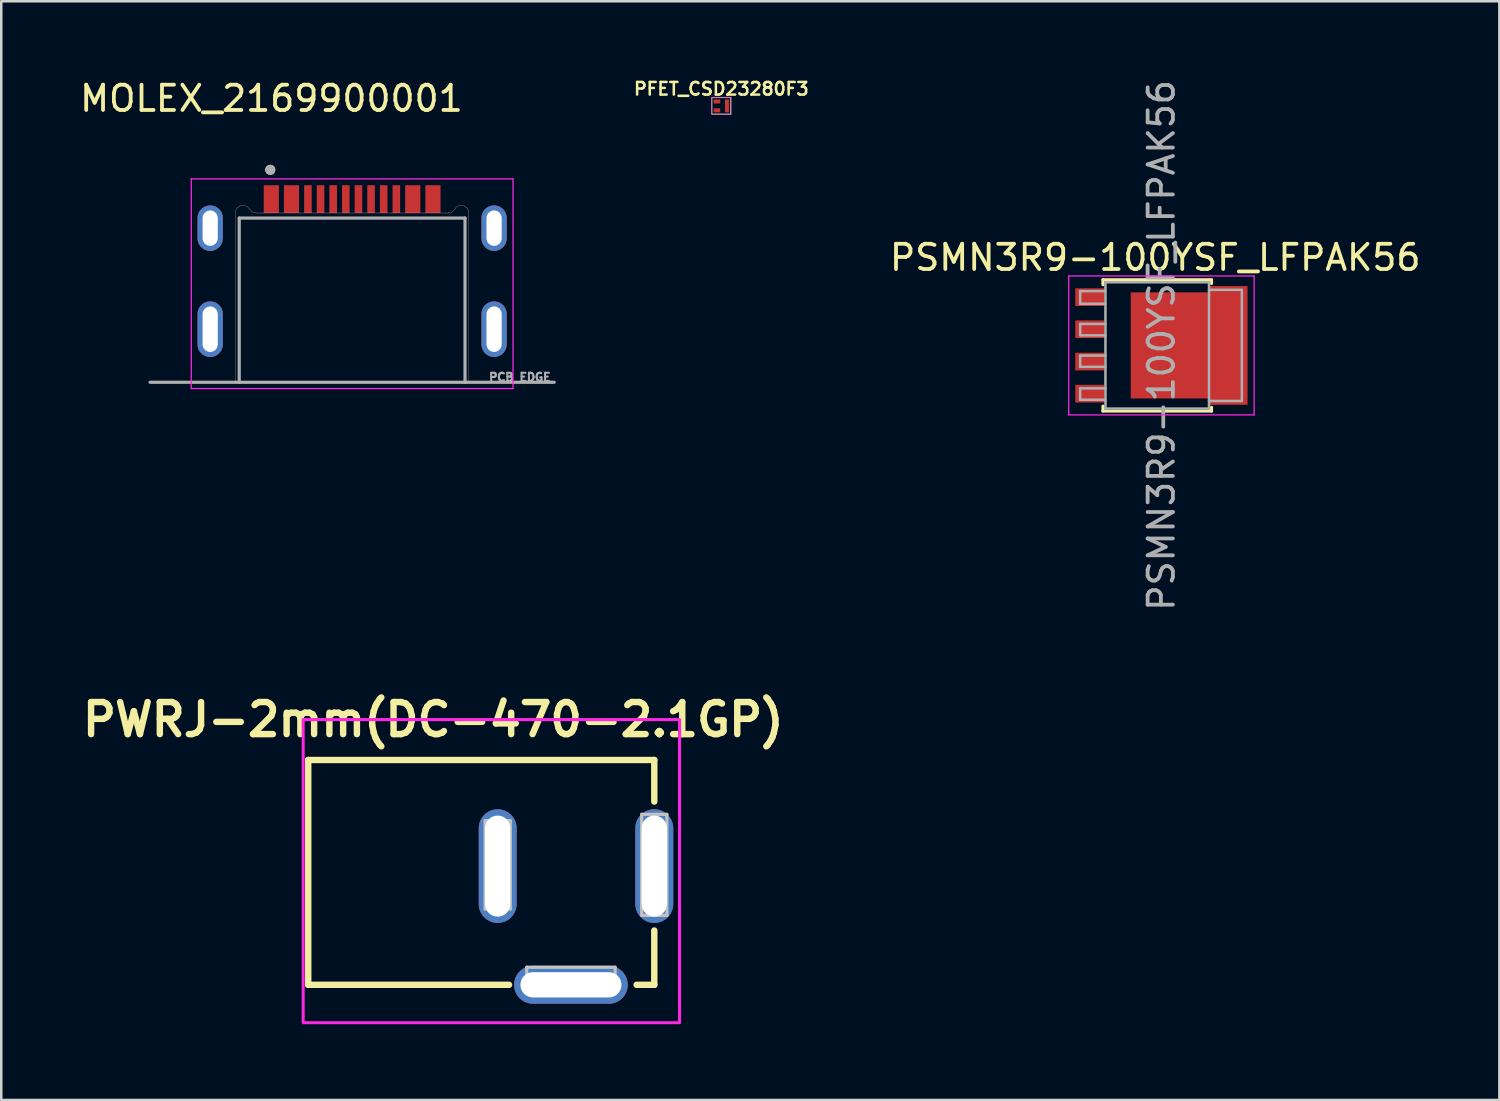
<source format=kicad_pcb>
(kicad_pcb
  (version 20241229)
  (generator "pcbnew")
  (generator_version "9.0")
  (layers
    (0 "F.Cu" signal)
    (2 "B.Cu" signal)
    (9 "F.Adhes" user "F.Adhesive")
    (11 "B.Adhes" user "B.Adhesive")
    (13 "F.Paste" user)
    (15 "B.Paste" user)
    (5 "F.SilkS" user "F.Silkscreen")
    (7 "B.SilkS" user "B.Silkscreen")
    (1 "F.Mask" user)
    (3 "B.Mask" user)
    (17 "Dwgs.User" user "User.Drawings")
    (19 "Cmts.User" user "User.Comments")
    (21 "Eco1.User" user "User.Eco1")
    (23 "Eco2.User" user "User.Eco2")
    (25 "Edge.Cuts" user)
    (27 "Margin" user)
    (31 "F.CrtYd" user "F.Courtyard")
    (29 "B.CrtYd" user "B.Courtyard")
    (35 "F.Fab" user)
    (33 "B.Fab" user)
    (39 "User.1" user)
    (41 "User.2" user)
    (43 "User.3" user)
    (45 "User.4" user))
  (footprint "PWRJ-2mm(DC-470-2.1GP)"
    (layer "F.Cu")
    (at 22.853 35.939)
    (property "Reference" "PWRJ-2mm(DC-470-2.1GP)" (at -8.75 -10.5 0) (layer "F.SilkS") (effects (font (size 1.27 1.27) (thickness 0.254))))
    (attr smd)
    (fp_line (start -13.7 -8.9) (end -13.7 0) (stroke (width 0.254) (type solid)) (layer "F.SilkS"))
    (fp_line (start -13.7 0) (end -5.75 0) (stroke (width 0.254) (type solid)) (layer "F.SilkS"))
    (fp_line (start 0 -8.9) (end -13.7 -8.9) (stroke (width 0.254) (type solid)) (layer "F.SilkS"))
    (fp_line (start 0 -8.9) (end 0 -7.254) (stroke (width 0.254) (type solid)) (layer "F.SilkS"))
    (fp_line (start 0 0) (end -0.7 0) (stroke (width 0.254) (type solid)) (layer "F.SilkS"))
    (fp_line (start 0 0) (end 0 -2.15) (stroke (width 0.254) (type solid)) (layer "F.SilkS"))
    (fp_line (start -6.698 -6.5) (end -6.698 -3) (stroke (width 0.127) (type solid)) (layer "Dwgs.User"))
    (fp_line (start -6.698 -3) (end -5.7 -3) (stroke (width 0.127) (type solid)) (layer "Dwgs.User"))
    (fp_line (start -5.7 -6.5) (end -6.698 -6.5) (stroke (width 0.127) (type solid)) (layer "Dwgs.User"))
    (fp_line (start -5.7 -3) (end -5.7 -6.5) (stroke (width 0.127) (type solid)) (layer "Dwgs.User"))
    (fp_line (start -5.05 -0.696) (end -5.05 0.3) (stroke (width 0.127) (type solid)) (layer "Dwgs.User"))
    (fp_line (start -5.05 0.3) (end -1.55 0.3) (stroke (width 0.127) (type solid)) (layer "Dwgs.User"))
    (fp_line (start -1.55 -0.696) (end -5.05 -0.696) (stroke (width 0.127) (type solid)) (layer "Dwgs.User"))
    (fp_line (start -1.55 0.3) (end -1.55 -0.696) (stroke (width 0.127) (type solid)) (layer "Dwgs.User"))
    (fp_line (start -0.498 -6.749) (end -0.498 -2.748) (stroke (width 0.127) (type solid)) (layer "Dwgs.User"))
    (fp_line (start -0.498 -2.748) (end 0.498 -2.748) (stroke (width 0.127) (type solid)) (layer "Dwgs.User"))
    (fp_line (start 0.498 -6.749) (end -0.498 -6.749) (stroke (width 0.127) (type solid)) (layer "Dwgs.User"))
    (fp_line (start 0.498 -2.748) (end 0.498 -6.749) (stroke (width 0.127) (type solid)) (layer "Dwgs.User"))
    (fp_rect (start 1 1.5) (end -13.9 -10.5) (stroke (width 0.12) (type solid)) (fill no) (layer "F.CrtYd"))
    (pad "1" thru_hole oval (at 0 -4.7) (size 1.5 4.5) (drill oval 1 4) (layers "*.Cu" "*.Mask"))
    (pad "2" thru_hole oval (at -6.2 -4.7) (size 1.5 4.5) (drill oval 1 4) (layers "*.Cu" "*.Mask"))
    (pad "3" thru_hole oval (at -3.3 0 180) (size 4.5 1.5) (drill oval 4 1) (layers "*.Cu" "*.Mask")))
  (footprint "MOLEX_2169900001"
    (layer "F.Cu")
    (at 10.891 9.983)
    (property "Reference" "MOLEX_2169900001" (at -3.195 -9.135 0) (layer "F.SilkS") (effects (font (size 1 1) (thickness 0.15))))
    (attr smd)
    (fp_circle (center -3.24 -6.31) (end -3.14 -6.31) (stroke (width 0.2) (type solid)) (fill no) (layer "F.SilkS"))
    (fp_line (start -4.62 2.1) (end -4.62 -4.6) (stroke (width 0.01) (type solid)) (layer "Edge.Cuts"))
    (fp_line (start -4.62 2.1) (end 4.62 2.1) (stroke (width 0.01) (type solid)) (layer "Edge.Cuts"))
    (fp_line (start -3.8 -4.6) (end 3.8 -4.6) (stroke (width 0.01) (type solid)) (layer "Edge.Cuts"))
    (fp_line (start 4.62 2.1) (end 4.62 -4.6) (stroke (width 0.01) (type solid)) (layer "Edge.Cuts"))
    (fp_arc (start -4.62 -4.6) (mid -4.397645 -4.889779) (end -4.060191 -4.750001) (stroke (width 0.01) (type solid)) (layer "Edge.Cuts"))
    (fp_arc (start -3.80038 -4.6) (mid -3.950382 -4.640191) (end -4.060191 -4.75) (stroke (width 0.01) (type solid)) (layer "Edge.Cuts"))
    (fp_arc (start 4.06019 -4.75) (mid 3.950381 -4.640192) (end 3.80038 -4.6) (stroke (width 0.01) (type solid)) (layer "Edge.Cuts"))
    (fp_arc (start 4.06019 -4.75) (mid 4.397644 -4.889779) (end 4.62 -4.600001) (stroke (width 0.01) (type solid)) (layer "Edge.Cuts"))
    (fp_line (start -6.37 -5.95) (end -6.37 2.35) (stroke (width 0.05) (type solid)) (layer "F.CrtYd"))
    (fp_line (start -6.37 2.35) (end 6.37 2.35) (stroke (width 0.05) (type solid)) (layer "F.CrtYd"))
    (fp_line (start 6.37 -5.95) (end -6.37 -5.95) (stroke (width 0.05) (type solid)) (layer "F.CrtYd"))
    (fp_line (start 6.37 2.35) (end 6.37 -5.95) (stroke (width 0.05) (type solid)) (layer "F.CrtYd"))
    (fp_line (start -4.47 -4.4) (end 4.47 -4.4) (stroke (width 0.127) (type solid)) (layer "F.Fab"))
    (fp_line (start -4.47 2.1) (end -8 2.1) (stroke (width 0.127) (type solid)) (layer "F.Fab"))
    (fp_line (start -4.47 2.1) (end -4.47 -4.4) (stroke (width 0.127) (type solid)) (layer "F.Fab"))
    (fp_line (start -4.47 2.1) (end 4.47 2.1) (stroke (width 0.127) (type solid)) (layer "F.Fab"))
    (fp_line (start 4.47 -4.4) (end 4.47 2.1) (stroke (width 0.127) (type solid)) (layer "F.Fab"))
    (fp_line (start 4.47 2.1) (end 8 2.1) (stroke (width 0.127) (type solid)) (layer "F.Fab"))
    (fp_circle (center -3.24 -6.31) (end -3.14 -6.31) (stroke (width 0.2) (type solid)) (fill no) (layer "F.Fab"))
    (fp_text user "PCB EDGE" (at 6.64 1.9 0) (layer "F.Fab") (effects (font (size 0.32 0.32) (thickness 0.15))))
    (pad "A1_B12" smd rect (at -3.2 -5.15) (size 0.6 1.1) (layers "F.Cu" "F.Mask" "F.Paste"))
    (pad "A4_B9" smd rect (at -2.4 -5.15) (size 0.6 1.1) (layers "F.Cu" "F.Mask" "F.Paste"))
    (pad "A5" smd rect (at -1.25 -5.15) (size 0.3 1.1) (layers "F.Cu" "F.Mask" "F.Paste"))
    (pad "A6" smd rect (at -0.25 -5.15) (size 0.3 1.1) (layers "F.Cu" "F.Mask" "F.Paste"))
    (pad "A7" smd rect (at 0.25 -5.15) (size 0.3 1.1) (layers "F.Cu" "F.Mask" "F.Paste"))
    (pad "A8" smd rect (at 1.25 -5.15) (size 0.3 1.1) (layers "F.Cu" "F.Mask" "F.Paste"))
    (pad "B1_A12" smd rect (at 3.2 -5.15) (size 0.6 1.1) (layers "F.Cu" "F.Mask" "F.Paste"))
    (pad "B4_A9" smd rect (at 2.4 -5.15) (size 0.6 1.1) (layers "F.Cu" "F.Mask" "F.Paste"))
    (pad "B5" smd rect (at 1.75 -5.15) (size 0.3 1.1) (layers "F.Cu" "F.Mask" "F.Paste"))
    (pad "B6" smd rect (at 0.75 -5.15) (size 0.3 1.1) (layers "F.Cu" "F.Mask" "F.Paste"))
    (pad "B7" smd rect (at -0.75 -5.15) (size 0.3 1.1) (layers "F.Cu" "F.Mask" "F.Paste"))
    (pad "B8" smd rect (at -1.75 -5.15) (size 0.3 1.1) (layers "F.Cu" "F.Mask" "F.Paste"))
    (pad "S1" thru_hole oval (at -5.62 0) (size 1 2.2) (drill oval 0.6 1.8) (layers "*.Cu" "*.Mask"))
    (pad "S2" thru_hole oval (at 5.62 0) (size 1 2.2) (drill oval 0.6 1.8) (layers "*.Cu" "*.Mask"))
    (pad "S3" thru_hole oval (at -5.62 -4) (size 1 1.8) (drill oval 0.6 1.4) (layers "*.Cu" "*.Mask"))
    (pad "S4" thru_hole oval (at 5.62 -4) (size 1 1.8) (drill oval 0.6 1.4) (layers "*.Cu" "*.Mask")))
  (footprint "PFET_CSD23280F3"
    (layer "F.Cu")
    (at 25.507 1.143)
    (property "Reference" "PFET_CSD23280F3" (at 0 -0.675 0) (unlocked yes) (layer "F.SilkS") (effects (font (size 0.5 0.5) (thickness 0.1))))
    (attr smd)
    (fp_rect (start -0.375 -0.325) (end 0.375 0.325) (stroke (width 0.03) (type solid)) (fill no) (layer "F.SilkS"))
    (fp_rect (start -0.4 -0.35) (end 0.4 0.35) (stroke (width 0.015) (type solid)) (fill no) (layer "F.CrtYd"))
    (fp_rect (start -0.375 -0.325) (end 0.375 0.325) (stroke (width 0.025) (type solid)) (fill no) (layer "F.Fab"))
    (pad "1" smd rect (at -0.175 0.175) (size 0.26 0.16) (layers "F.Cu" "F.Mask" "F.Paste"))
    (pad "2" smd rect (at -0.175 -0.175) (size 0.26 0.16) (layers "F.Cu" "F.Mask" "F.Paste"))
    (pad "3" smd rect (at 0.225 0) (size 0.16 0.51) (layers "F.Cu" "F.Mask" "F.Paste")))
  (footprint "PSMN3R9-100YSF_LFPAK56"
    (layer "F.Cu")
    (at 42.93 10.625)
    (property "Reference" "PSMN3R9-100YSF_LFPAK56" (at -0.245 -3.48 0) (layer "F.SilkS") (effects (font (size 1 1) (thickness 0.15))))
    (attr smd)
    (fp_line (start -2.315 -2.6) (end -2.315 -2.4) (stroke (width 0.12) (type solid)) (layer "F.SilkS"))
    (fp_line (start -2.315 2.4) (end -2.315 2.6) (stroke (width 0.12) (type solid)) (layer "F.SilkS"))
    (fp_line (start -2.315 2.6) (end 1.985 2.6) (stroke (width 0.12) (type solid)) (layer "F.SilkS"))
    (fp_line (start 1.985 -2.6) (end -2.315 -2.6) (stroke (width 0.12) (type solid)) (layer "F.SilkS"))
    (fp_line (start 1.985 -2.45) (end 1.985 -2.6) (stroke (width 0.12) (type solid)) (layer "F.SilkS"))
    (fp_line (start 1.985 2.6) (end 1.985 2.45) (stroke (width 0.12) (type solid)) (layer "F.SilkS"))
    (fp_line (start -3.67 2.75) (end -3.67 -2.75) (stroke (width 0.05) (type solid)) (layer "F.CrtYd"))
    (fp_line (start -3.67 2.75) (end 3.67 2.75) (stroke (width 0.05) (type solid)) (layer "F.CrtYd"))
    (fp_line (start 3.67 -2.75) (end -3.67 -2.75) (stroke (width 0.05) (type solid)) (layer "F.CrtYd"))
    (fp_line (start 3.67 -2.75) (end 3.67 2.75) (stroke (width 0.05) (type solid)) (layer "F.CrtYd"))
    (fp_line (start -3.215 -2.15) (end -3.215 -1.65) (stroke (width 0.1) (type solid)) (layer "F.Fab"))
    (fp_line (start -3.215 -2.15) (end -2.215 -2.15) (stroke (width 0.1) (type solid)) (layer "F.Fab"))
    (fp_line (start -3.215 -1.65) (end -2.215 -1.65) (stroke (width 0.1) (type solid)) (layer "F.Fab"))
    (fp_line (start -3.215 -0.85) (end -3.215 -0.4) (stroke (width 0.1) (type solid)) (layer "F.Fab"))
    (fp_line (start -3.215 -0.4) (end -2.215 -0.4) (stroke (width 0.1) (type solid)) (layer "F.Fab"))
    (fp_line (start -3.215 0.4) (end -3.215 0.85) (stroke (width 0.1) (type solid)) (layer "F.Fab"))
    (fp_line (start -3.215 0.85) (end -2.215 0.85) (stroke (width 0.1) (type solid)) (layer "F.Fab"))
    (fp_line (start -3.215 1.7) (end -3.215 2.15) (stroke (width 0.1) (type solid)) (layer "F.Fab"))
    (fp_line (start -3.215 2.15) (end -2.215 2.15) (stroke (width 0.1) (type solid)) (layer "F.Fab"))
    (fp_line (start -2.215 -2.5) (end -2.215 2.5) (stroke (width 0.1) (type solid)) (layer "F.Fab"))
    (fp_line (start -2.215 -0.85) (end -3.215 -0.85) (stroke (width 0.1) (type solid)) (layer "F.Fab"))
    (fp_line (start -2.215 0.4) (end -3.215 0.4) (stroke (width 0.1) (type solid)) (layer "F.Fab"))
    (fp_line (start -2.215 1.7) (end -3.215 1.7) (stroke (width 0.1) (type solid)) (layer "F.Fab"))
    (fp_line (start -2.215 2.5) (end 1.885 2.5) (stroke (width 0.1) (type solid)) (layer "F.Fab"))
    (fp_line (start 1.885 -2.5) (end -2.215 -2.5) (stroke (width 0.1) (type solid)) (layer "F.Fab"))
    (fp_line (start 1.885 2.5) (end 1.885 -2.5) (stroke (width 0.1) (type solid)) (layer "F.Fab"))
    (fp_line (start 3.185 -2.2) (end 1.885 -2.2) (stroke (width 0.1) (type solid)) (layer "F.Fab"))
    (fp_line (start 3.185 -2.2) (end 3.185 2.2) (stroke (width 0.1) (type solid)) (layer "F.Fab"))
    (fp_line (start 3.185 2.2) (end 1.885 2.2) (stroke (width 0.1) (type solid)) (layer "F.Fab"))
    (fp_text user "${REFERENCE}" (at 0 0 90) (layer "F.Fab") (effects (font (size 1 1) (thickness 0.15))))
    (pad "" smd rect (at -0.665 -1.15) (size 0.6 0.9) (layers "F.Paste"))
    (pad "" smd rect (at -0.665 0) (size 0.6 0.9) (layers "F.Paste"))
    (pad "" smd rect (at -0.665 1.15) (size 0.6 0.9) (layers "F.Paste"))
    (pad "" smd rect (at 0.185 -1.15) (size 0.6 0.9) (layers "F.Paste"))
    (pad "" smd rect (at 0.185 0) (size 0.6 0.9) (layers "F.Paste"))
    (pad "" smd rect (at 0.185 1.15) (size 0.6 0.9) (layers "F.Paste"))
    (pad "" smd rect (at 1.035 -1.15) (size 0.6 0.9) (layers "F.Paste"))
    (pad "" smd rect (at 1.035 0) (size 0.6 0.9) (layers "F.Paste"))
    (pad "" smd rect (at 1.035 1.15) (size 0.6 0.9) (layers "F.Paste"))
    (pad "" smd rect (at 2.885 -1.88 270) (size 0.6 0.9) (layers "F.Paste"))
    (pad "" smd rect (at 2.885 -0.6 270) (size 0.6 0.9) (layers "F.Paste"))
    (pad "" smd rect (at 2.885 0.6 270) (size 0.6 0.9) (layers "F.Paste"))
    (pad "" smd rect (at 2.885 1.88 270) (size 0.6 0.9) (layers "F.Paste"))
    (pad "1" smd rect (at -2.835 -1.91 270) (size 0.7 1.15) (layers "F.Cu" "F.Mask" "F.Paste"))
    (pad "1" smd rect (at -2.835 -0.64 270) (size 0.7 1.15) (layers "F.Cu" "F.Mask" "F.Paste"))
    (pad "1" smd rect (at -2.835 0.64 270) (size 0.7 1.15) (layers "F.Cu" "F.Mask" "F.Paste"))
    (pad "2" smd rect (at -2.835 1.91 270) (size 0.7 1.15) (layers "F.Cu" "F.Mask" "F.Paste"))
    (pad "3" smd custom (at 0.435 0) (size 3.3 4.2) (layers "F.Cu" "F.Mask") (options (anchor rect)) (primitives (gr_poly (pts (xy 1.425 -2.35) (xy 2.975 -2.35) (xy 2.975 2.35) (xy 1.425 2.35)) (width 0) (fill yes)))))
  (gr_rect
    (start -3 -3)
    (end 56.31 40.499)
    (stroke (width 0.1) (type default))
    (fill no)
    (layer "Edge.Cuts")))
</source>
